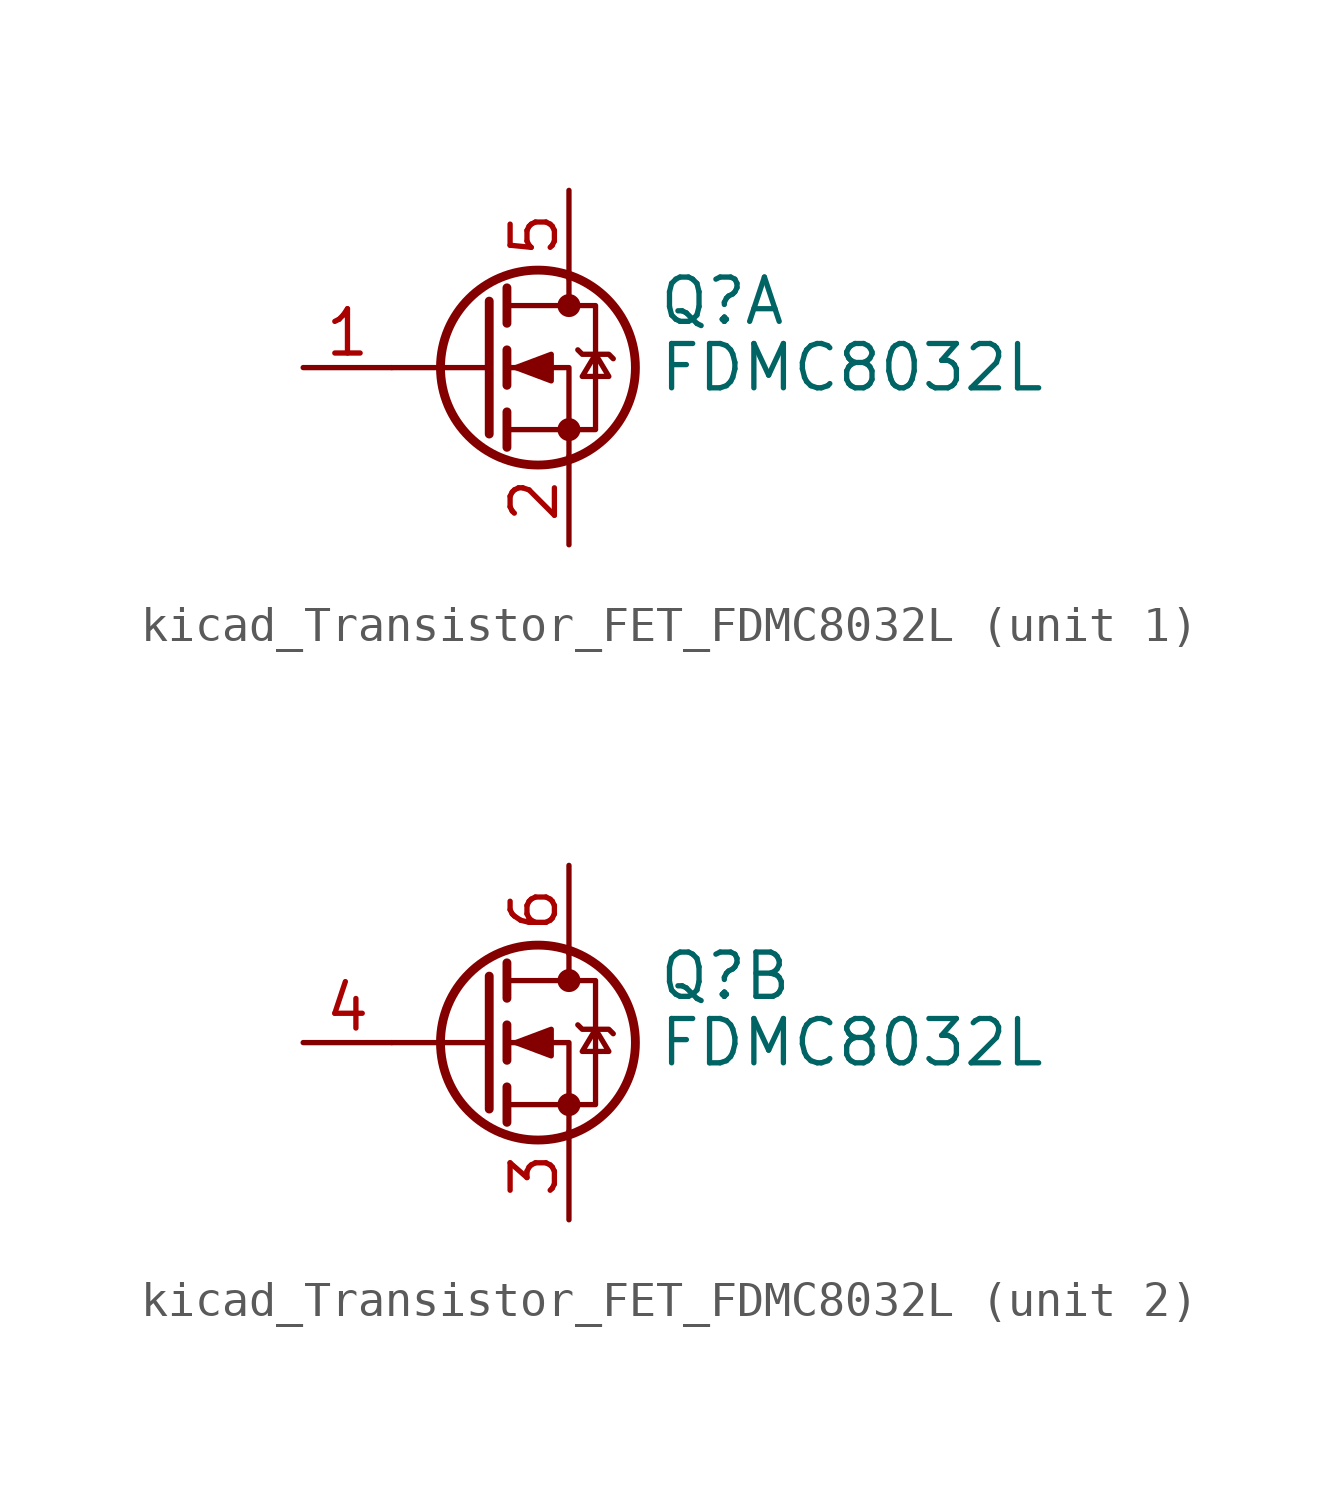
<source format=kicad_sym>
(kicad_symbol_lib
  (version 20220914)
  (generator kicad_symbol_editor)
  (symbol "kicad_Transistor_FET_FDMC8032L"
    (pin_names hide)
    (property "Reference" "Q"
      (at 5.08 1.905 0)
      (effects (font (size 1.27 1.27)) (justify left)))
    (property "Value" "FDMC8032L"
      (at 5.08 0 0)
      (effects (font (size 1.27 1.27)) (justify left)))
    (symbol "kicad_Transistor_FET_FDMC8032L_0_1"
      (polyline (pts (xy 0.254 0) (xy -2.54 0)) (stroke (width 0) (type default)) (fill (type none)))
      (polyline (pts (xy 0.254 1.905) (xy 0.254 -1.905)) (stroke (width 0.254) (type default)) (fill (type none)))
      (polyline (pts (xy 0.762 -1.27) (xy 0.762 -2.286)) (stroke (width 0.254) (type default)) (fill (type none)))
      (polyline (pts (xy 0.762 0.508) (xy 0.762 -0.508)) (stroke (width 0.254) (type default)) (fill (type none)))
      (polyline (pts (xy 0.762 2.286) (xy 0.762 1.27)) (stroke (width 0.254) (type default)) (fill (type none)))
      (polyline (pts (xy 2.54 2.54) (xy 2.54 1.778)) (stroke (width 0) (type default)) (fill (type none)))
      (polyline (pts (xy 2.54 -2.54) (xy 2.54 0) (xy 0.762 0)) (stroke (width 0) (type default)) (fill (type none)))
      (polyline (pts (xy 0.762 -1.778) (xy 3.302 -1.778) (xy 3.302 1.778) (xy 0.762 1.778)) (stroke (width 0) (type default)) (fill (type none)))
      (polyline (pts (xy 1.016 0) (xy 2.032 0.381) (xy 2.032 -0.381) (xy 1.016 0)) (stroke (width 0) (type default)) (fill (type outline)))
      (polyline (pts (xy 2.794 0.508) (xy 2.921 0.381) (xy 3.683 0.381) (xy 3.81 0.254)) (stroke (width 0) (type default)) (fill (type none)))
      (polyline (pts (xy 3.302 0.381) (xy 2.921 -0.254) (xy 3.683 -0.254) (xy 3.302 0.381)) (stroke (width 0) (type default)) (fill (type none)))
      (circle (center 1.651 0) (radius 2.794) (stroke (width 0.254) (type default)) (fill (type none)))
      (circle (center 2.54 -1.778) (radius 0.254) (stroke (width 0) (type default)) (fill (type outline)))
      (circle (center 2.54 1.778) (radius 0.254) (stroke (width 0) (type default)) (fill (type outline))))
    (symbol "kicad_Transistor_FET_FDMC8032L_1_1"
      (pin passive line (at -5.08 0 0) (length 2.54) (name "G1" (effects (font (size 1.27 1.27)))) (number "1" (effects (font (size 1.27 1.27)))))
      (pin passive line (at 2.54 -5.08 90) (length 2.54) (name "S1" (effects (font (size 1.27 1.27)))) (number "2" (effects (font (size 1.27 1.27)))))
      (pin passive line (at 2.54 5.08 270) (length 2.54) (name "D1" (effects (font (size 1.27 1.27)))) (number "5" (effects (font (size 1.27 1.27))))))
    (symbol "kicad_Transistor_FET_FDMC8032L_2_1"
      (pin passive line (at 2.54 -5.08 90) (length 2.54) (name "S2" (effects (font (size 1.27 1.27)))) (number "3" (effects (font (size 1.27 1.27)))))
      (pin passive line (at -5.08 0 0) (length 2.54) (name "G2" (effects (font (size 1.27 1.27)))) (number "4" (effects (font (size 1.27 1.27)))))
      (pin passive line (at 2.54 5.08 270) (length 2.54) (name "D2" (effects (font (size 1.27 1.27)))) (number "6" (effects (font (size 1.27 1.27))))))))
</source>
